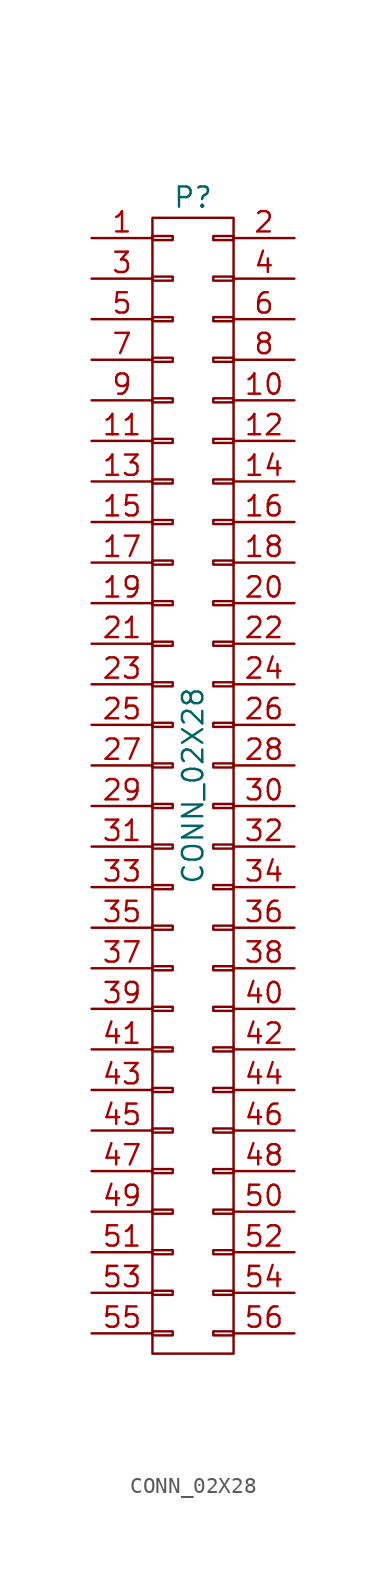
<source format=kicad_sym>
(kicad_symbol_lib
  (version 20211014)
  (generator kicad_symbol_editor)
  (symbol "CONN_02X28"
    (pin_names
      (offset 0.025) hide)
    (property "Reference" "P"
      (at 0 36.83 0)
      (effects (font (size 1.27 1.27))))
    (property "Value" "CONN_02X28"
      (at 0 0 90)
      (effects (font (size 1.27 1.27))))
    (property "Footprint" ""
      (at 0 -15.24 0)
      (effects (font (size 1.27 1.27))))
    (property "Datasheet" ""
      (at 0 -15.24 0)
      (effects (font (size 1.27 1.27))))
    (symbol "CONN_02X28_0_1"
      (rectangle (start -2.54 -34.163) (end -1.27 -34.417) (stroke (width 0) (type default) (color 0 0 0 0)) (fill (type none)))
      (rectangle (start -2.54 -31.623) (end -1.27 -31.877) (stroke (width 0) (type default) (color 0 0 0 0)) (fill (type none)))
      (rectangle (start -2.54 -29.083) (end -1.27 -29.337) (stroke (width 0) (type default) (color 0 0 0 0)) (fill (type none)))
      (rectangle (start -2.54 -26.543) (end -1.27 -26.797) (stroke (width 0) (type default) (color 0 0 0 0)) (fill (type none)))
      (rectangle (start -2.54 -24.003) (end -1.27 -24.257) (stroke (width 0) (type default) (color 0 0 0 0)) (fill (type none)))
      (rectangle (start -2.54 -21.463) (end -1.27 -21.717) (stroke (width 0) (type default) (color 0 0 0 0)) (fill (type none)))
      (rectangle (start -2.54 -18.923) (end -1.27 -19.177) (stroke (width 0) (type default) (color 0 0 0 0)) (fill (type none)))
      (rectangle (start -2.54 -16.383) (end -1.27 -16.637) (stroke (width 0) (type default) (color 0 0 0 0)) (fill (type none)))
      (rectangle (start -2.54 -13.843) (end -1.27 -14.097) (stroke (width 0) (type default) (color 0 0 0 0)) (fill (type none)))
      (rectangle (start -2.54 -11.303) (end -1.27 -11.557) (stroke (width 0) (type default) (color 0 0 0 0)) (fill (type none)))
      (rectangle (start -2.54 -8.763) (end -1.27 -9.017) (stroke (width 0) (type default) (color 0 0 0 0)) (fill (type none)))
      (rectangle (start -2.54 -6.223) (end -1.27 -6.477) (stroke (width 0) (type default) (color 0 0 0 0)) (fill (type none)))
      (rectangle (start -2.54 -3.683) (end -1.27 -3.937) (stroke (width 0) (type default) (color 0 0 0 0)) (fill (type none)))
      (rectangle (start -2.54 -1.143) (end -1.27 -1.397) (stroke (width 0) (type default) (color 0 0 0 0)) (fill (type none)))
      (rectangle (start -2.54 1.397) (end -1.27 1.143) (stroke (width 0) (type default) (color 0 0 0 0)) (fill (type none)))
      (rectangle (start -2.54 3.937) (end -1.27 3.683) (stroke (width 0) (type default) (color 0 0 0 0)) (fill (type none)))
      (rectangle (start -2.54 6.477) (end -1.27 6.223) (stroke (width 0) (type default) (color 0 0 0 0)) (fill (type none)))
      (rectangle (start -2.54 9.017) (end -1.27 8.763) (stroke (width 0) (type default) (color 0 0 0 0)) (fill (type none)))
      (rectangle (start -2.54 11.557) (end -1.27 11.303) (stroke (width 0) (type default) (color 0 0 0 0)) (fill (type none)))
      (rectangle (start -2.54 14.097) (end -1.27 13.843) (stroke (width 0) (type default) (color 0 0 0 0)) (fill (type none)))
      (rectangle (start -2.54 16.637) (end -1.27 16.383) (stroke (width 0) (type default) (color 0 0 0 0)) (fill (type none)))
      (rectangle (start -2.54 19.177) (end -1.27 18.923) (stroke (width 0) (type default) (color 0 0 0 0)) (fill (type none)))
      (rectangle (start -2.54 21.717) (end -1.27 21.463) (stroke (width 0) (type default) (color 0 0 0 0)) (fill (type none)))
      (rectangle (start -2.54 24.257) (end -1.27 24.003) (stroke (width 0) (type default) (color 0 0 0 0)) (fill (type none)))
      (rectangle (start -2.54 26.797) (end -1.27 26.543) (stroke (width 0) (type default) (color 0 0 0 0)) (fill (type none)))
      (rectangle (start -2.54 29.337) (end -1.27 29.083) (stroke (width 0) (type default) (color 0 0 0 0)) (fill (type none)))
      (rectangle (start -2.54 31.877) (end -1.27 31.623) (stroke (width 0) (type default) (color 0 0 0 0)) (fill (type none)))
      (rectangle (start -2.54 34.417) (end -1.27 34.163) (stroke (width 0) (type default) (color 0 0 0 0)) (fill (type none)))
      (rectangle (start -2.54 35.56) (end 2.54 -35.56) (stroke (width 0) (type default) (color 0 0 0 0)) (fill (type none)))
      (rectangle (start 1.27 -34.163) (end 2.54 -34.417) (stroke (width 0) (type default) (color 0 0 0 0)) (fill (type none)))
      (rectangle (start 1.27 -31.623) (end 2.54 -31.877) (stroke (width 0) (type default) (color 0 0 0 0)) (fill (type none)))
      (rectangle (start 1.27 -29.083) (end 2.54 -29.337) (stroke (width 0) (type default) (color 0 0 0 0)) (fill (type none)))
      (rectangle (start 1.27 -26.543) (end 2.54 -26.797) (stroke (width 0) (type default) (color 0 0 0 0)) (fill (type none)))
      (rectangle (start 1.27 -24.003) (end 2.54 -24.257) (stroke (width 0) (type default) (color 0 0 0 0)) (fill (type none)))
      (rectangle (start 1.27 -21.463) (end 2.54 -21.717) (stroke (width 0) (type default) (color 0 0 0 0)) (fill (type none)))
      (rectangle (start 1.27 -18.923) (end 2.54 -19.177) (stroke (width 0) (type default) (color 0 0 0 0)) (fill (type none)))
      (rectangle (start 1.27 -16.383) (end 2.54 -16.637) (stroke (width 0) (type default) (color 0 0 0 0)) (fill (type none)))
      (rectangle (start 1.27 -13.843) (end 2.54 -14.097) (stroke (width 0) (type default) (color 0 0 0 0)) (fill (type none)))
      (rectangle (start 1.27 -11.303) (end 2.54 -11.557) (stroke (width 0) (type default) (color 0 0 0 0)) (fill (type none)))
      (rectangle (start 1.27 -8.763) (end 2.54 -9.017) (stroke (width 0) (type default) (color 0 0 0 0)) (fill (type none)))
      (rectangle (start 1.27 -6.223) (end 2.54 -6.477) (stroke (width 0) (type default) (color 0 0 0 0)) (fill (type none)))
      (rectangle (start 1.27 -3.683) (end 2.54 -3.937) (stroke (width 0) (type default) (color 0 0 0 0)) (fill (type none)))
      (rectangle (start 1.27 -1.143) (end 2.54 -1.397) (stroke (width 0) (type default) (color 0 0 0 0)) (fill (type none)))
      (rectangle (start 1.27 1.397) (end 2.54 1.143) (stroke (width 0) (type default) (color 0 0 0 0)) (fill (type none)))
      (rectangle (start 1.27 3.937) (end 2.54 3.683) (stroke (width 0) (type default) (color 0 0 0 0)) (fill (type none)))
      (rectangle (start 1.27 6.477) (end 2.54 6.223) (stroke (width 0) (type default) (color 0 0 0 0)) (fill (type none)))
      (rectangle (start 1.27 9.017) (end 2.54 8.763) (stroke (width 0) (type default) (color 0 0 0 0)) (fill (type none)))
      (rectangle (start 1.27 11.557) (end 2.54 11.303) (stroke (width 0) (type default) (color 0 0 0 0)) (fill (type none)))
      (rectangle (start 1.27 14.097) (end 2.54 13.843) (stroke (width 0) (type default) (color 0 0 0 0)) (fill (type none)))
      (rectangle (start 1.27 16.637) (end 2.54 16.383) (stroke (width 0) (type default) (color 0 0 0 0)) (fill (type none)))
      (rectangle (start 1.27 19.177) (end 2.54 18.923) (stroke (width 0) (type default) (color 0 0 0 0)) (fill (type none)))
      (rectangle (start 1.27 21.717) (end 2.54 21.463) (stroke (width 0) (type default) (color 0 0 0 0)) (fill (type none)))
      (rectangle (start 1.27 24.257) (end 2.54 24.003) (stroke (width 0) (type default) (color 0 0 0 0)) (fill (type none)))
      (rectangle (start 1.27 26.797) (end 2.54 26.543) (stroke (width 0) (type default) (color 0 0 0 0)) (fill (type none)))
      (rectangle (start 1.27 29.337) (end 2.54 29.083) (stroke (width 0) (type default) (color 0 0 0 0)) (fill (type none)))
      (rectangle (start 1.27 31.877) (end 2.54 31.623) (stroke (width 0) (type default) (color 0 0 0 0)) (fill (type none)))
      (rectangle (start 1.27 34.417) (end 2.54 34.163) (stroke (width 0) (type default) (color 0 0 0 0)) (fill (type none))))
    (symbol "CONN_02X28_1_1"
      (pin passive line (at -6.35 34.29 0) (length 3.81) (name "P1" (effects (font (size 1.27 1.27)))) (number "1" (effects (font (size 1.27 1.27)))))
      (pin passive line (at 6.35 24.13 180) (length 3.81) (name "P10" (effects (font (size 1.27 1.27)))) (number "10" (effects (font (size 1.27 1.27)))))
      (pin passive line (at -6.35 21.59 0) (length 3.81) (name "P11" (effects (font (size 1.27 1.27)))) (number "11" (effects (font (size 1.27 1.27)))))
      (pin passive line (at 6.35 21.59 180) (length 3.81) (name "P12" (effects (font (size 1.27 1.27)))) (number "12" (effects (font (size 1.27 1.27)))))
      (pin passive line (at -6.35 19.05 0) (length 3.81) (name "P13" (effects (font (size 1.27 1.27)))) (number "13" (effects (font (size 1.27 1.27)))))
      (pin passive line (at 6.35 19.05 180) (length 3.81) (name "P14" (effects (font (size 1.27 1.27)))) (number "14" (effects (font (size 1.27 1.27)))))
      (pin passive line (at -6.35 16.51 0) (length 3.81) (name "P15" (effects (font (size 1.27 1.27)))) (number "15" (effects (font (size 1.27 1.27)))))
      (pin passive line (at 6.35 16.51 180) (length 3.81) (name "P16" (effects (font (size 1.27 1.27)))) (number "16" (effects (font (size 1.27 1.27)))))
      (pin passive line (at -6.35 13.97 0) (length 3.81) (name "P17" (effects (font (size 1.27 1.27)))) (number "17" (effects (font (size 1.27 1.27)))))
      (pin passive line (at 6.35 13.97 180) (length 3.81) (name "P18" (effects (font (size 1.27 1.27)))) (number "18" (effects (font (size 1.27 1.27)))))
      (pin passive line (at -6.35 11.43 0) (length 3.81) (name "P19" (effects (font (size 1.27 1.27)))) (number "19" (effects (font (size 1.27 1.27)))))
      (pin passive line (at 6.35 34.29 180) (length 3.81) (name "P2" (effects (font (size 1.27 1.27)))) (number "2" (effects (font (size 1.27 1.27)))))
      (pin passive line (at 6.35 11.43 180) (length 3.81) (name "P20" (effects (font (size 1.27 1.27)))) (number "20" (effects (font (size 1.27 1.27)))))
      (pin passive line (at -6.35 8.89 0) (length 3.81) (name "P21" (effects (font (size 1.27 1.27)))) (number "21" (effects (font (size 1.27 1.27)))))
      (pin passive line (at 6.35 8.89 180) (length 3.81) (name "P22" (effects (font (size 1.27 1.27)))) (number "22" (effects (font (size 1.27 1.27)))))
      (pin passive line (at -6.35 6.35 0) (length 3.81) (name "P23" (effects (font (size 1.27 1.27)))) (number "23" (effects (font (size 1.27 1.27)))))
      (pin passive line (at 6.35 6.35 180) (length 3.81) (name "P24" (effects (font (size 1.27 1.27)))) (number "24" (effects (font (size 1.27 1.27)))))
      (pin passive line (at -6.35 3.81 0) (length 3.81) (name "P25" (effects (font (size 1.27 1.27)))) (number "25" (effects (font (size 1.27 1.27)))))
      (pin passive line (at 6.35 3.81 180) (length 3.81) (name "P26" (effects (font (size 1.27 1.27)))) (number "26" (effects (font (size 1.27 1.27)))))
      (pin passive line (at -6.35 1.27 0) (length 3.81) (name "P27" (effects (font (size 1.27 1.27)))) (number "27" (effects (font (size 1.27 1.27)))))
      (pin passive line (at 6.35 1.27 180) (length 3.81) (name "P28" (effects (font (size 1.27 1.27)))) (number "28" (effects (font (size 1.27 1.27)))))
      (pin passive line (at -6.35 -1.27 0) (length 3.81) (name "P29" (effects (font (size 1.27 1.27)))) (number "29" (effects (font (size 1.27 1.27)))))
      (pin passive line (at -6.35 31.75 0) (length 3.81) (name "P3" (effects (font (size 1.27 1.27)))) (number "3" (effects (font (size 1.27 1.27)))))
      (pin passive line (at 6.35 -1.27 180) (length 3.81) (name "P30" (effects (font (size 1.27 1.27)))) (number "30" (effects (font (size 1.27 1.27)))))
      (pin passive line (at -6.35 -3.81 0) (length 3.81) (name "P31" (effects (font (size 1.27 1.27)))) (number "31" (effects (font (size 1.27 1.27)))))
      (pin passive line (at 6.35 -3.81 180) (length 3.81) (name "P32" (effects (font (size 1.27 1.27)))) (number "32" (effects (font (size 1.27 1.27)))))
      (pin passive line (at -6.35 -6.35 0) (length 3.81) (name "P33" (effects (font (size 1.27 1.27)))) (number "33" (effects (font (size 1.27 1.27)))))
      (pin passive line (at 6.35 -6.35 180) (length 3.81) (name "P34" (effects (font (size 1.27 1.27)))) (number "34" (effects (font (size 1.27 1.27)))))
      (pin passive line (at -6.35 -8.89 0) (length 3.81) (name "P35" (effects (font (size 1.27 1.27)))) (number "35" (effects (font (size 1.27 1.27)))))
      (pin passive line (at 6.35 -8.89 180) (length 3.81) (name "P36" (effects (font (size 1.27 1.27)))) (number "36" (effects (font (size 1.27 1.27)))))
      (pin passive line (at -6.35 -11.43 0) (length 3.81) (name "P37" (effects (font (size 1.27 1.27)))) (number "37" (effects (font (size 1.27 1.27)))))
      (pin passive line (at 6.35 -11.43 180) (length 3.81) (name "P38" (effects (font (size 1.27 1.27)))) (number "38" (effects (font (size 1.27 1.27)))))
      (pin passive line (at -6.35 -13.97 0) (length 3.81) (name "P39" (effects (font (size 1.27 1.27)))) (number "39" (effects (font (size 1.27 1.27)))))
      (pin passive line (at 6.35 31.75 180) (length 3.81) (name "P4" (effects (font (size 1.27 1.27)))) (number "4" (effects (font (size 1.27 1.27)))))
      (pin passive line (at 6.35 -13.97 180) (length 3.81) (name "P40" (effects (font (size 1.27 1.27)))) (number "40" (effects (font (size 1.27 1.27)))))
      (pin passive line (at -6.35 -16.51 0) (length 3.81) (name "P41" (effects (font (size 1.27 1.27)))) (number "41" (effects (font (size 1.27 1.27)))))
      (pin passive line (at 6.35 -16.51 180) (length 3.81) (name "P42" (effects (font (size 1.27 1.27)))) (number "42" (effects (font (size 1.27 1.27)))))
      (pin passive line (at -6.35 -19.05 0) (length 3.81) (name "P43" (effects (font (size 1.27 1.27)))) (number "43" (effects (font (size 1.27 1.27)))))
      (pin passive line (at 6.35 -19.05 180) (length 3.81) (name "P44" (effects (font (size 1.27 1.27)))) (number "44" (effects (font (size 1.27 1.27)))))
      (pin passive line (at -6.35 -21.59 0) (length 3.81) (name "P45" (effects (font (size 1.27 1.27)))) (number "45" (effects (font (size 1.27 1.27)))))
      (pin passive line (at 6.35 -21.59 180) (length 3.81) (name "P46" (effects (font (size 1.27 1.27)))) (number "46" (effects (font (size 1.27 1.27)))))
      (pin passive line (at -6.35 -24.13 0) (length 3.81) (name "P47" (effects (font (size 1.27 1.27)))) (number "47" (effects (font (size 1.27 1.27)))))
      (pin passive line (at 6.35 -24.13 180) (length 3.81) (name "P48" (effects (font (size 1.27 1.27)))) (number "48" (effects (font (size 1.27 1.27)))))
      (pin passive line (at -6.35 -26.67 0) (length 3.81) (name "P49" (effects (font (size 1.27 1.27)))) (number "49" (effects (font (size 1.27 1.27)))))
      (pin passive line (at -6.35 29.21 0) (length 3.81) (name "P5" (effects (font (size 1.27 1.27)))) (number "5" (effects (font (size 1.27 1.27)))))
      (pin passive line (at 6.35 -26.67 180) (length 3.81) (name "P50" (effects (font (size 1.27 1.27)))) (number "50" (effects (font (size 1.27 1.27)))))
      (pin passive line (at -6.35 -29.21 0) (length 3.81) (name "P51" (effects (font (size 1.27 1.27)))) (number "51" (effects (font (size 1.27 1.27)))))
      (pin passive line (at 6.35 -29.21 180) (length 3.81) (name "P52" (effects (font (size 1.27 1.27)))) (number "52" (effects (font (size 1.27 1.27)))))
      (pin passive line (at -6.35 -31.75 0) (length 3.81) (name "P53" (effects (font (size 1.27 1.27)))) (number "53" (effects (font (size 1.27 1.27)))))
      (pin passive line (at 6.35 -31.75 180) (length 3.81) (name "P54" (effects (font (size 1.27 1.27)))) (number "54" (effects (font (size 1.27 1.27)))))
      (pin passive line (at -6.35 -34.29 0) (length 3.81) (name "P55" (effects (font (size 1.27 1.27)))) (number "55" (effects (font (size 1.27 1.27)))))
      (pin passive line (at 6.35 -34.29 180) (length 3.81) (name "P56" (effects (font (size 1.27 1.27)))) (number "56" (effects (font (size 1.27 1.27)))))
      (pin passive line (at 6.35 29.21 180) (length 3.81) (name "P6" (effects (font (size 1.27 1.27)))) (number "6" (effects (font (size 1.27 1.27)))))
      (pin passive line (at -6.35 26.67 0) (length 3.81) (name "P7" (effects (font (size 1.27 1.27)))) (number "7" (effects (font (size 1.27 1.27)))))
      (pin passive line (at 6.35 26.67 180) (length 3.81) (name "P8" (effects (font (size 1.27 1.27)))) (number "8" (effects (font (size 1.27 1.27)))))
      (pin passive line (at -6.35 24.13 0) (length 3.81) (name "P9" (effects (font (size 1.27 1.27)))) (number "9" (effects (font (size 1.27 1.27))))))))
</source>
